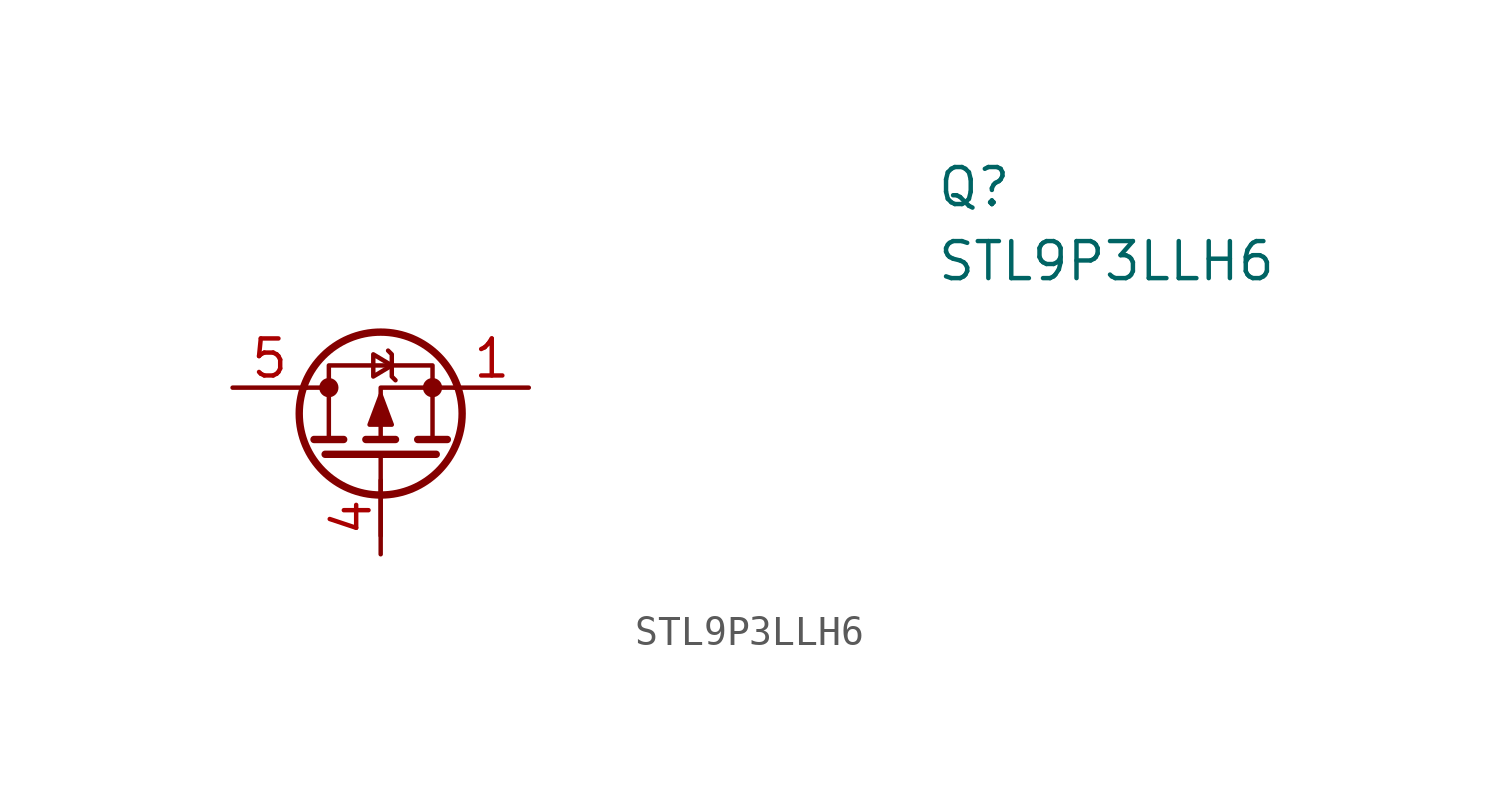
<source format=kicad_sym>
(kicad_symbol_lib
  (version 20220914)
  (generator kicad_symbol_editor)
  (symbol "STL9P3LLH6"
    (pin_names hide)
    (property "Reference" "Q"
      (at 19.05 7.62 0)
      (effects (font (size 1.27 1.27)) (justify left top)))
    (property "Value" "STL9P3LLH6"
      (at 19.05 5.08 0)
      (effects (font (size 1.27 1.27)) (justify left top)))
    (symbol "STL9P3LLH6_0_1"
      (circle (center -1.778 0) (radius 0.254) (stroke (width 0) (type default)) (fill (type outline)))
      (circle (center 0 -0.889) (radius 2.794) (stroke (width 0.254) (type default)) (fill (type none)))
      (polyline (pts (xy -2.54 0) (xy -1.778 0)) (stroke (width 0) (type default)) (fill (type none)))
      (polyline (pts (xy -2.286 -1.778) (xy -1.27 -1.778)) (stroke (width 0.254) (type default)) (fill (type none)))
      (polyline (pts (xy -1.905 -2.286) (xy 1.905 -2.286)) (stroke (width 0.254) (type default)) (fill (type none)))
      (polyline (pts (xy -0.508 -1.778) (xy 0.508 -1.778)) (stroke (width 0.254) (type default)) (fill (type none)))
      (polyline (pts (xy 0 -2.286) (xy 0 -5.08)) (stroke (width 0) (type default)) (fill (type none)))
      (polyline (pts (xy 1.27 -1.778) (xy 2.286 -1.778)) (stroke (width 0.254) (type default)) (fill (type none)))
      (polyline (pts (xy 2.54 0) (xy 0 0) (xy 0 -1.778)) (stroke (width 0) (type default)) (fill (type none)))
      (polyline (pts (xy -1.778 -1.778) (xy -1.778 0.762) (xy 1.778 0.762) (xy 1.778 -1.778)) (stroke (width 0) (type default)) (fill (type none)))
      (polyline (pts (xy 0 -0.254) (xy -0.381 -1.27) (xy 0.381 -1.27) (xy 0 -0.254)) (stroke (width 0) (type default)) (fill (type outline)))
      (polyline (pts (xy 0.381 0.762) (xy -0.254 0.381) (xy -0.254 1.143) (xy 0.381 0.762)) (stroke (width 0) (type default)) (fill (type none)))
      (polyline (pts (xy 0.508 0.254) (xy 0.381 0.381) (xy 0.381 1.143) (xy 0.254 1.27)) (stroke (width 0) (type default)) (fill (type none)))
      (circle (center 1.778 0) (radius 0.254) (stroke (width 0) (type default)) (fill (type outline))))
    (symbol "STL9P3LLH6_1_1"
      (pin passive line (at 5.08 0 180) (length 2.54) (name "S" (effects (font (size 1.27 1.27)))) (number "1" (effects (font (size 1.27 1.27)))))
      (pin input line (at 0 -5.715 90) (length 2.54) (name "G" (effects (font (size 1.27 1.27)))) (number "4" (effects (font (size 1.27 1.27)))))
      (pin passive line (at -5.08 0 0) (length 2.54) (name "D" (effects (font (size 1.27 1.27)))) (number "5" (effects (font (size 1.27 1.27))))))))
</source>
